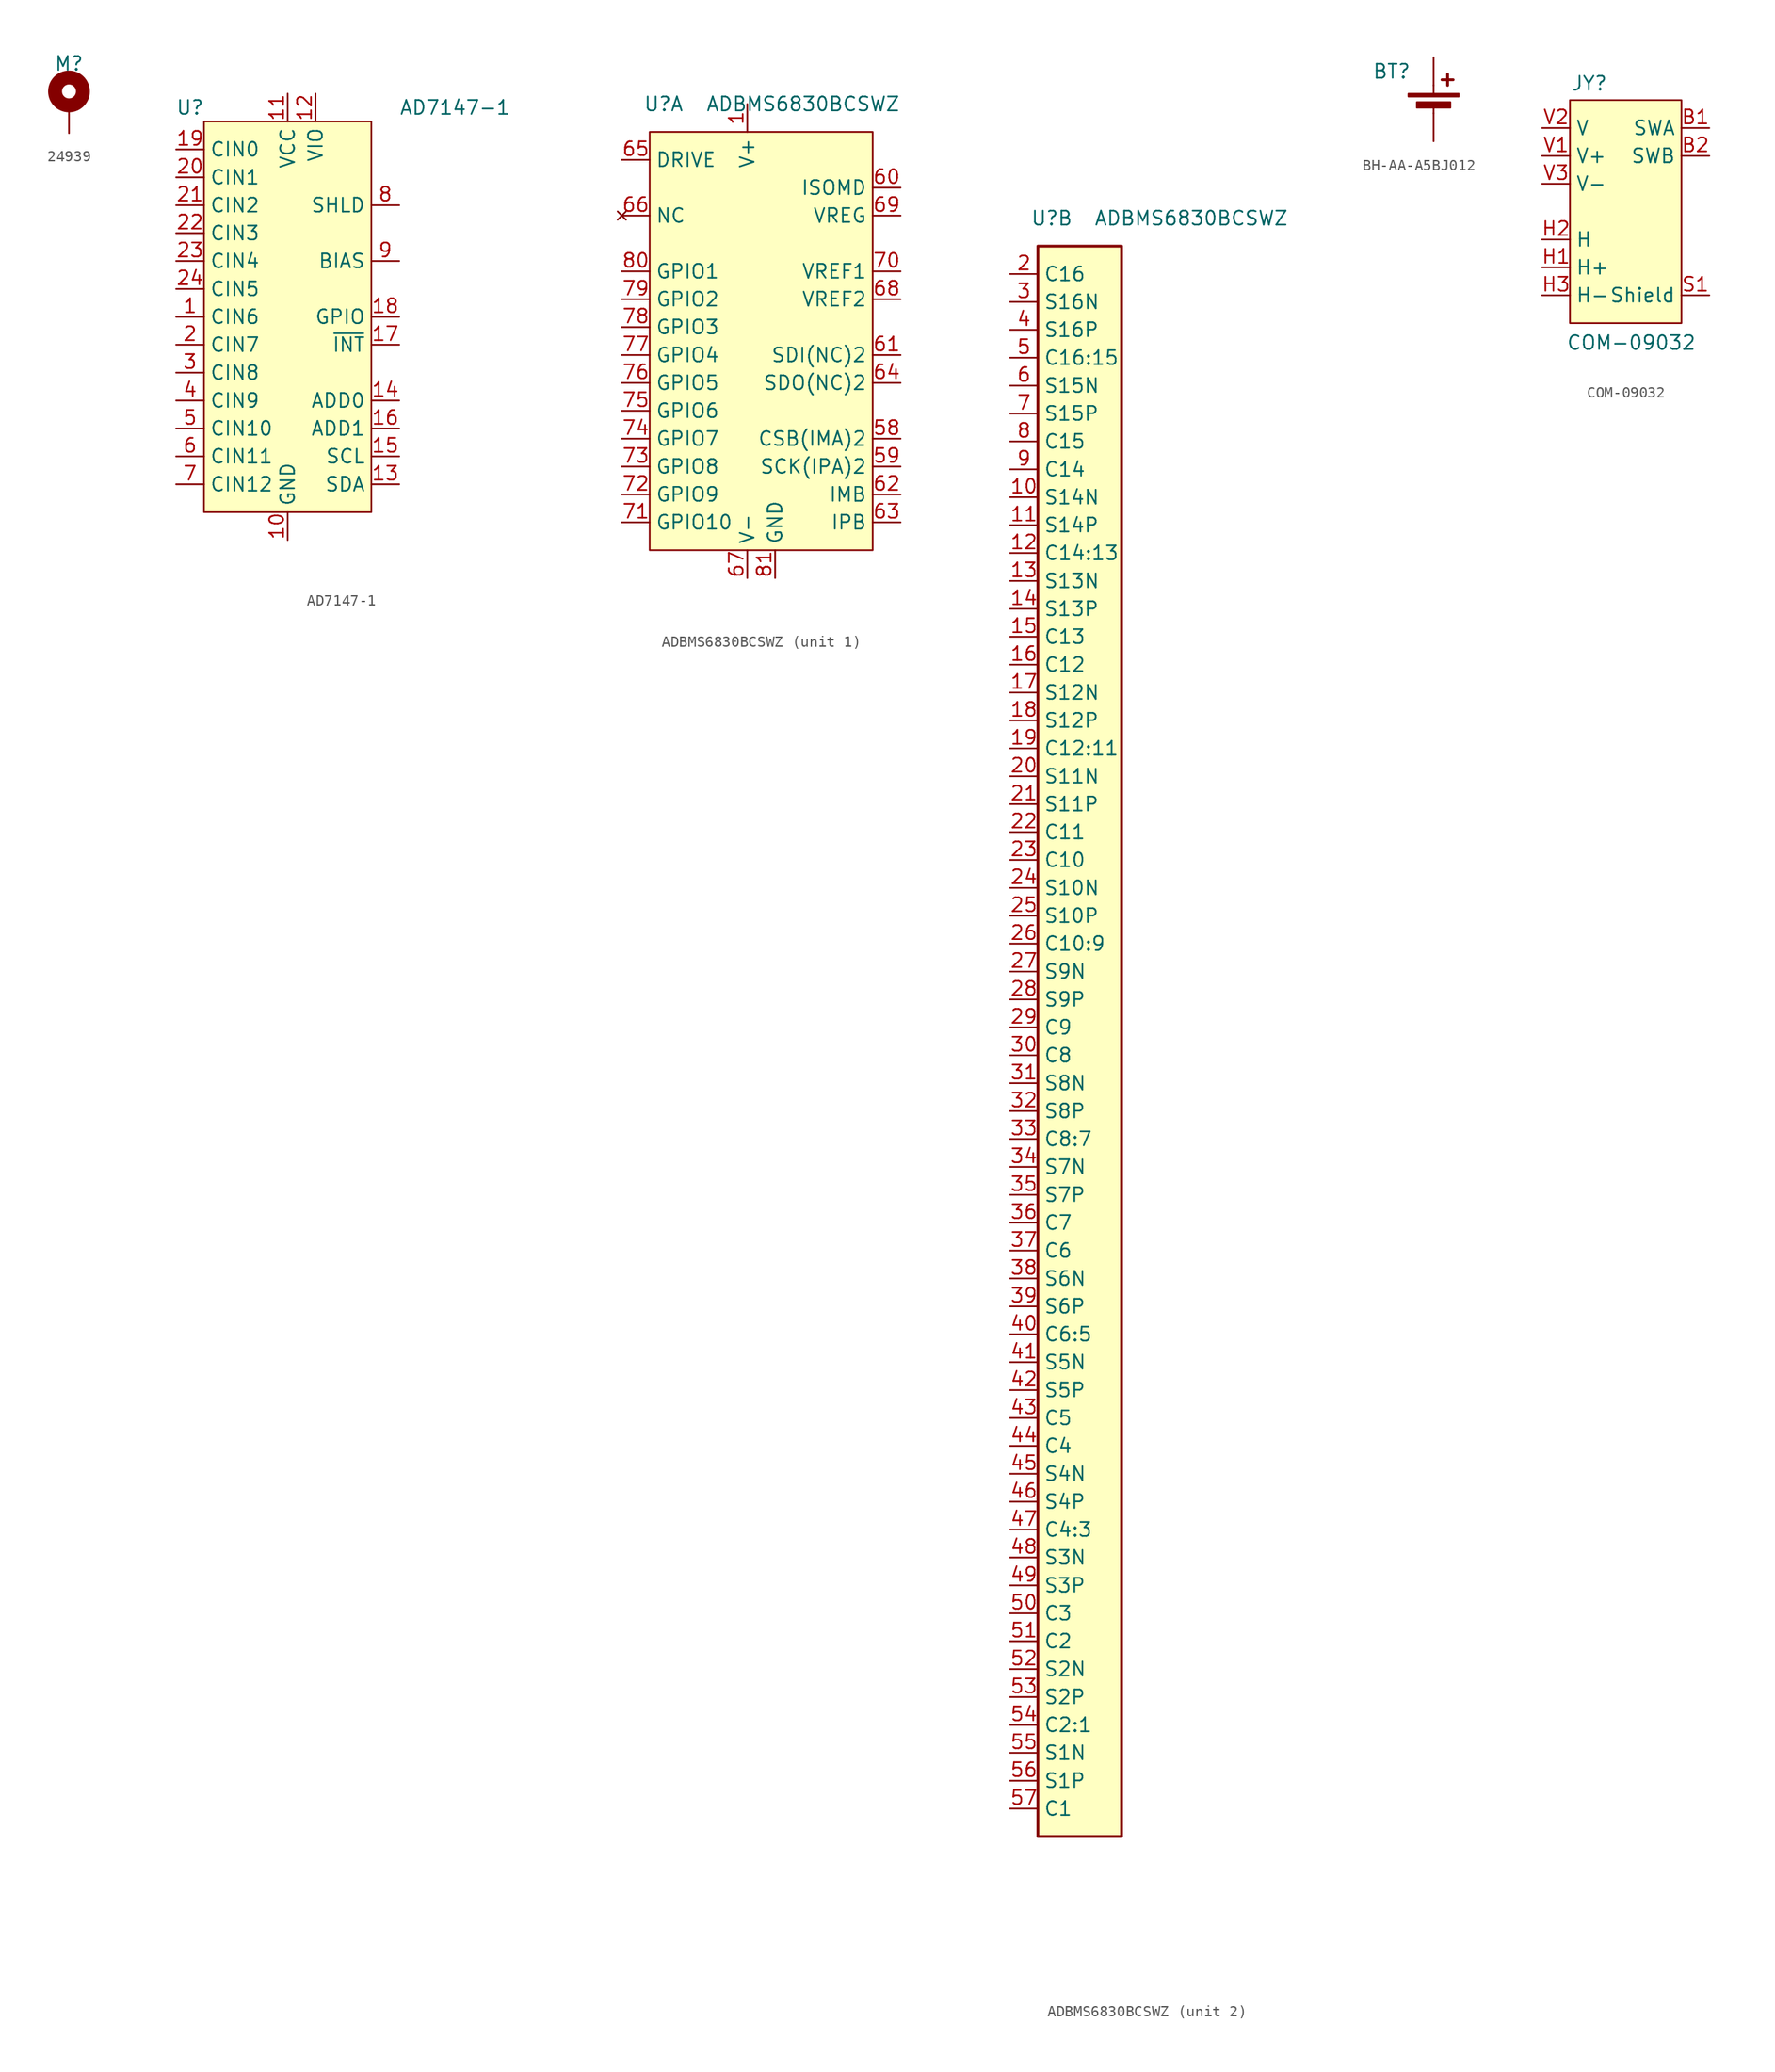
<source format=kicad_sym>
(kicad_symbol_lib
  (version 20231120)
  (generator "kicad_symbol_editor")
  (generator_version "8.0")
  (symbol "24939"
    (pin_numbers hide)
    (pin_names hide)
    (property "Reference" "M"
      (at 0 2.54 0)
      (effects (font (size 1.27 1.27))))
    (symbol "24939_0_1"
      (circle (center 0 0) (radius 1.27) (stroke (width 1.27) (type default)) (fill (type none))))
    (symbol "24939_1_1"
      (pin input line (at 0 -3.81 90) (length 2.54) (name "MP" (effects (font (size 1.27 1.27)))) (number "MP" (effects (font (size 1.27 1.27)))))))
  (symbol "AD7147-1"
    (property "Reference" "U"
      (at -1.27 1.27 0)
      (effects (font (size 1.27 1.27))))
    (property "Value" "AD7147-1"
      (at 22.86 1.27 0)
      (effects (font (size 1.27 1.27))))
    (symbol "AD7147-1_1_1"
      (rectangle (start 0 0) (end 15.24 -35.56) (stroke (width 0) (type default)) (fill (type background)))
      (pin input line (at -2.54 -17.78 0) (length 2.54) (name "CIN6" (effects (font (size 1.27 1.27)))) (number "1" (effects (font (size 1.27 1.27)))))
      (pin power_in line (at 7.62 -38.1 90) (length 2.54) (name "GND" (effects (font (size 1.27 1.27)))) (number "10" (effects (font (size 1.27 1.27)))))
      (pin power_in line (at 7.62 2.54 270) (length 2.54) (name "VCC" (effects (font (size 1.27 1.27)))) (number "11" (effects (font (size 1.27 1.27)))))
      (pin power_in line (at 10.16 2.54 270) (length 2.54) (name "VIO" (effects (font (size 1.27 1.27)))) (number "12" (effects (font (size 1.27 1.27)))))
      (pin bidirectional line (at 17.78 -33.02 180) (length 2.54) (name "SDA" (effects (font (size 1.27 1.27)))) (number "13" (effects (font (size 1.27 1.27)))))
      (pin input line (at 17.78 -25.4 180) (length 2.54) (name "ADD0" (effects (font (size 1.27 1.27)))) (number "14" (effects (font (size 1.27 1.27)))))
      (pin input line (at 17.78 -30.48 180) (length 2.54) (name "SCL" (effects (font (size 1.27 1.27)))) (number "15" (effects (font (size 1.27 1.27)))))
      (pin input line (at 17.78 -27.94 180) (length 2.54) (name "ADD1" (effects (font (size 1.27 1.27)))) (number "16" (effects (font (size 1.27 1.27)))))
      (pin output line (at 17.78 -20.32 180) (length 2.54) (name "~{INT}" (effects (font (size 1.27 1.27)))) (number "17" (effects (font (size 1.27 1.27)))))
      (pin bidirectional line (at 17.78 -17.78 180) (length 2.54) (name "GPIO" (effects (font (size 1.27 1.27)))) (number "18" (effects (font (size 1.27 1.27)))))
      (pin input line (at -2.54 -2.54 0) (length 2.54) (name "CIN0" (effects (font (size 1.27 1.27)))) (number "19" (effects (font (size 1.27 1.27)))))
      (pin input line (at -2.54 -20.32 0) (length 2.54) (name "CIN7" (effects (font (size 1.27 1.27)))) (number "2" (effects (font (size 1.27 1.27)))))
      (pin input line (at -2.54 -5.08 0) (length 2.54) (name "CIN1" (effects (font (size 1.27 1.27)))) (number "20" (effects (font (size 1.27 1.27)))))
      (pin input line (at -2.54 -7.62 0) (length 2.54) (name "CIN2" (effects (font (size 1.27 1.27)))) (number "21" (effects (font (size 1.27 1.27)))))
      (pin input line (at -2.54 -10.16 0) (length 2.54) (name "CIN3" (effects (font (size 1.27 1.27)))) (number "22" (effects (font (size 1.27 1.27)))))
      (pin input line (at -2.54 -12.7 0) (length 2.54) (name "CIN4" (effects (font (size 1.27 1.27)))) (number "23" (effects (font (size 1.27 1.27)))))
      (pin input line (at -2.54 -15.24 0) (length 2.54) (name "CIN5" (effects (font (size 1.27 1.27)))) (number "24" (effects (font (size 1.27 1.27)))))
      (pin passive line (at 7.62 -38.1 90) (length 2.54) hide (name "PAD" (effects (font (size 1.27 1.27)))) (number "25" (effects (font (size 1.27 1.27)))))
      (pin input line (at -2.54 -22.86 0) (length 2.54) (name "CIN8" (effects (font (size 1.27 1.27)))) (number "3" (effects (font (size 1.27 1.27)))))
      (pin input line (at -2.54 -25.4 0) (length 2.54) (name "CIN9" (effects (font (size 1.27 1.27)))) (number "4" (effects (font (size 1.27 1.27)))))
      (pin input line (at -2.54 -27.94 0) (length 2.54) (name "CIN10" (effects (font (size 1.27 1.27)))) (number "5" (effects (font (size 1.27 1.27)))))
      (pin input line (at -2.54 -30.48 0) (length 2.54) (name "CIN11" (effects (font (size 1.27 1.27)))) (number "6" (effects (font (size 1.27 1.27)))))
      (pin input line (at -2.54 -33.02 0) (length 2.54) (name "CIN12" (effects (font (size 1.27 1.27)))) (number "7" (effects (font (size 1.27 1.27)))))
      (pin passive line (at 17.78 -7.62 180) (length 2.54) (name "SHLD" (effects (font (size 1.27 1.27)))) (number "8" (effects (font (size 1.27 1.27)))))
      (pin input line (at 17.78 -12.7 180) (length 2.54) (name "BIAS" (effects (font (size 1.27 1.27)))) (number "9" (effects (font (size 1.27 1.27)))))))
  (symbol "ADBMS6830BCSWZ"
    (property "Reference" "U"
      (at 1.27 2.54 0)
      (effects (font (size 1.27 1.27))))
    (property "Value" "ADBMS6830BCSWZ"
      (at 13.97 2.54 0)
      (effects (font (size 1.27 1.27))))
    (property "ki_locked" ""
      (at 0 0 0)
      (effects (font (size 1.27 1.27))))
    (symbol "ADBMS6830BCSWZ_1_1"
      (rectangle (start 0 0) (end 20.32 -38.1) (stroke (width 0) (type default)) (fill (type background)))
      (pin passive line (at 8.89 2.54 270) (length 2.54) (name "V+" (effects (font (size 1.27 1.27)))) (number "1" (effects (font (size 1.27 1.27)))))
      (pin passive line (at 22.86 -27.94 180) (length 2.54) (name "CSB(IMA)2" (effects (font (size 1.27 1.27)))) (number "58" (effects (font (size 1.27 1.27)))))
      (pin passive line (at 22.86 -30.48 180) (length 2.54) (name "SCK(IPA)2" (effects (font (size 1.27 1.27)))) (number "59" (effects (font (size 1.27 1.27)))))
      (pin passive line (at 22.86 -5.08 180) (length 2.54) (name "ISOMD" (effects (font (size 1.27 1.27)))) (number "60" (effects (font (size 1.27 1.27)))))
      (pin passive line (at 22.86 -20.32 180) (length 2.54) (name "SDI(NC)2" (effects (font (size 1.27 1.27)))) (number "61" (effects (font (size 1.27 1.27)))))
      (pin passive line (at 22.86 -33.02 180) (length 2.54) (name "IMB" (effects (font (size 1.27 1.27)))) (number "62" (effects (font (size 1.27 1.27)))))
      (pin passive line (at 22.86 -35.56 180) (length 2.54) (name "IPB" (effects (font (size 1.27 1.27)))) (number "63" (effects (font (size 1.27 1.27)))))
      (pin passive line (at 22.86 -22.86 180) (length 2.54) (name "SDO(NC)2" (effects (font (size 1.27 1.27)))) (number "64" (effects (font (size 1.27 1.27)))))
      (pin passive line (at -2.54 -2.54 0) (length 2.54) (name "DRIVE" (effects (font (size 1.27 1.27)))) (number "65" (effects (font (size 1.27 1.27)))))
      (pin no_connect line (at -2.54 -7.62 0) (length 2.54) (name "NC" (effects (font (size 1.27 1.27)))) (number "66" (effects (font (size 1.27 1.27)))))
      (pin passive line (at 8.89 -40.64 90) (length 2.54) (name "V-" (effects (font (size 1.27 1.27)))) (number "67" (effects (font (size 1.27 1.27)))))
      (pin passive line (at 22.86 -15.24 180) (length 2.54) (name "VREF2" (effects (font (size 1.27 1.27)))) (number "68" (effects (font (size 1.27 1.27)))))
      (pin passive line (at 22.86 -7.62 180) (length 2.54) (name "VREG" (effects (font (size 1.27 1.27)))) (number "69" (effects (font (size 1.27 1.27)))))
      (pin passive line (at 22.86 -12.7 180) (length 2.54) (name "VREF1" (effects (font (size 1.27 1.27)))) (number "70" (effects (font (size 1.27 1.27)))))
      (pin passive line (at -2.54 -35.56 0) (length 2.54) (name "GPIO10" (effects (font (size 1.27 1.27)))) (number "71" (effects (font (size 1.27 1.27)))))
      (pin passive line (at -2.54 -33.02 0) (length 2.54) (name "GPIO9" (effects (font (size 1.27 1.27)))) (number "72" (effects (font (size 1.27 1.27)))))
      (pin passive line (at -2.54 -30.48 0) (length 2.54) (name "GPIO8" (effects (font (size 1.27 1.27)))) (number "73" (effects (font (size 1.27 1.27)))))
      (pin passive line (at -2.54 -27.94 0) (length 2.54) (name "GPIO7" (effects (font (size 1.27 1.27)))) (number "74" (effects (font (size 1.27 1.27)))))
      (pin passive line (at -2.54 -25.4 0) (length 2.54) (name "GPIO6" (effects (font (size 1.27 1.27)))) (number "75" (effects (font (size 1.27 1.27)))))
      (pin passive line (at -2.54 -22.86 0) (length 2.54) (name "GPIO5" (effects (font (size 1.27 1.27)))) (number "76" (effects (font (size 1.27 1.27)))))
      (pin passive line (at -2.54 -20.32 0) (length 2.54) (name "GPIO4" (effects (font (size 1.27 1.27)))) (number "77" (effects (font (size 1.27 1.27)))))
      (pin passive line (at -2.54 -17.78 0) (length 2.54) (name "GPIO3" (effects (font (size 1.27 1.27)))) (number "78" (effects (font (size 1.27 1.27)))))
      (pin passive line (at -2.54 -15.24 0) (length 2.54) (name "GPIO2" (effects (font (size 1.27 1.27)))) (number "79" (effects (font (size 1.27 1.27)))))
      (pin passive line (at -2.54 -12.7 0) (length 2.54) (name "GPIO1" (effects (font (size 1.27 1.27)))) (number "80" (effects (font (size 1.27 1.27)))))
      (pin passive line (at 11.43 -40.64 90) (length 2.54) (name "GND" (effects (font (size 1.27 1.27)))) (number "81" (effects (font (size 1.27 1.27))))))
    (symbol "ADBMS6830BCSWZ_2_1"
      (rectangle (start 0 0) (end 7.62 -144.78) (stroke (width 0.254) (type default)) (fill (type background)))
      (pin passive line (at -2.54 -22.86 0) (length 2.54) (name "S14N" (effects (font (size 1.27 1.27)))) (number "10" (effects (font (size 1.27 1.27)))))
      (pin passive line (at -2.54 -25.4 0) (length 2.54) (name "S14P" (effects (font (size 1.27 1.27)))) (number "11" (effects (font (size 1.27 1.27)))))
      (pin passive line (at -2.54 -27.94 0) (length 2.54) (name "C14:13" (effects (font (size 1.27 1.27)))) (number "12" (effects (font (size 1.27 1.27)))))
      (pin passive line (at -2.54 -30.48 0) (length 2.54) (name "S13N" (effects (font (size 1.27 1.27)))) (number "13" (effects (font (size 1.27 1.27)))))
      (pin passive line (at -2.54 -33.02 0) (length 2.54) (name "S13P" (effects (font (size 1.27 1.27)))) (number "14" (effects (font (size 1.27 1.27)))))
      (pin passive line (at -2.54 -35.56 0) (length 2.54) (name "C13" (effects (font (size 1.27 1.27)))) (number "15" (effects (font (size 1.27 1.27)))))
      (pin passive line (at -2.54 -38.1 0) (length 2.54) (name "C12" (effects (font (size 1.27 1.27)))) (number "16" (effects (font (size 1.27 1.27)))))
      (pin passive line (at -2.54 -40.64 0) (length 2.54) (name "S12N" (effects (font (size 1.27 1.27)))) (number "17" (effects (font (size 1.27 1.27)))))
      (pin passive line (at -2.54 -43.18 0) (length 2.54) (name "S12P" (effects (font (size 1.27 1.27)))) (number "18" (effects (font (size 1.27 1.27)))))
      (pin passive line (at -2.54 -45.72 0) (length 2.54) (name "C12:11" (effects (font (size 1.27 1.27)))) (number "19" (effects (font (size 1.27 1.27)))))
      (pin passive line (at -2.54 -2.54 0) (length 2.54) (name "C16" (effects (font (size 1.27 1.27)))) (number "2" (effects (font (size 1.27 1.27)))))
      (pin passive line (at -2.54 -48.26 0) (length 2.54) (name "S11N" (effects (font (size 1.27 1.27)))) (number "20" (effects (font (size 1.27 1.27)))))
      (pin passive line (at -2.54 -50.8 0) (length 2.54) (name "S11P" (effects (font (size 1.27 1.27)))) (number "21" (effects (font (size 1.27 1.27)))))
      (pin passive line (at -2.54 -53.34 0) (length 2.54) (name "C11" (effects (font (size 1.27 1.27)))) (number "22" (effects (font (size 1.27 1.27)))))
      (pin passive line (at -2.54 -55.88 0) (length 2.54) (name "C10" (effects (font (size 1.27 1.27)))) (number "23" (effects (font (size 1.27 1.27)))))
      (pin passive line (at -2.54 -58.42 0) (length 2.54) (name "S10N" (effects (font (size 1.27 1.27)))) (number "24" (effects (font (size 1.27 1.27)))))
      (pin passive line (at -2.54 -60.96 0) (length 2.54) (name "S10P" (effects (font (size 1.27 1.27)))) (number "25" (effects (font (size 1.27 1.27)))))
      (pin passive line (at -2.54 -63.5 0) (length 2.54) (name "C10:9" (effects (font (size 1.27 1.27)))) (number "26" (effects (font (size 1.27 1.27)))))
      (pin passive line (at -2.54 -66.04 0) (length 2.54) (name "S9N" (effects (font (size 1.27 1.27)))) (number "27" (effects (font (size 1.27 1.27)))))
      (pin passive line (at -2.54 -68.58 0) (length 2.54) (name "S9P" (effects (font (size 1.27 1.27)))) (number "28" (effects (font (size 1.27 1.27)))))
      (pin passive line (at -2.54 -71.12 0) (length 2.54) (name "C9" (effects (font (size 1.27 1.27)))) (number "29" (effects (font (size 1.27 1.27)))))
      (pin passive line (at -2.54 -5.08 0) (length 2.54) (name "S16N" (effects (font (size 1.27 1.27)))) (number "3" (effects (font (size 1.27 1.27)))))
      (pin passive line (at -2.54 -73.66 0) (length 2.54) (name "C8" (effects (font (size 1.27 1.27)))) (number "30" (effects (font (size 1.27 1.27)))))
      (pin passive line (at -2.54 -76.2 0) (length 2.54) (name "S8N" (effects (font (size 1.27 1.27)))) (number "31" (effects (font (size 1.27 1.27)))))
      (pin passive line (at -2.54 -78.74 0) (length 2.54) (name "S8P" (effects (font (size 1.27 1.27)))) (number "32" (effects (font (size 1.27 1.27)))))
      (pin passive line (at -2.54 -81.28 0) (length 2.54) (name "C8:7" (effects (font (size 1.27 1.27)))) (number "33" (effects (font (size 1.27 1.27)))))
      (pin passive line (at -2.54 -83.82 0) (length 2.54) (name "S7N" (effects (font (size 1.27 1.27)))) (number "34" (effects (font (size 1.27 1.27)))))
      (pin passive line (at -2.54 -86.36 0) (length 2.54) (name "S7P" (effects (font (size 1.27 1.27)))) (number "35" (effects (font (size 1.27 1.27)))))
      (pin passive line (at -2.54 -88.9 0) (length 2.54) (name "C7" (effects (font (size 1.27 1.27)))) (number "36" (effects (font (size 1.27 1.27)))))
      (pin passive line (at -2.54 -91.44 0) (length 2.54) (name "C6" (effects (font (size 1.27 1.27)))) (number "37" (effects (font (size 1.27 1.27)))))
      (pin passive line (at -2.54 -93.98 0) (length 2.54) (name "S6N" (effects (font (size 1.27 1.27)))) (number "38" (effects (font (size 1.27 1.27)))))
      (pin passive line (at -2.54 -96.52 0) (length 2.54) (name "S6P" (effects (font (size 1.27 1.27)))) (number "39" (effects (font (size 1.27 1.27)))))
      (pin passive line (at -2.54 -7.62 0) (length 2.54) (name "S16P" (effects (font (size 1.27 1.27)))) (number "4" (effects (font (size 1.27 1.27)))))
      (pin passive line (at -2.54 -99.06 0) (length 2.54) (name "C6:5" (effects (font (size 1.27 1.27)))) (number "40" (effects (font (size 1.27 1.27)))))
      (pin passive line (at -2.54 -101.6 0) (length 2.54) (name "S5N" (effects (font (size 1.27 1.27)))) (number "41" (effects (font (size 1.27 1.27)))))
      (pin passive line (at -2.54 -104.14 0) (length 2.54) (name "S5P" (effects (font (size 1.27 1.27)))) (number "42" (effects (font (size 1.27 1.27)))))
      (pin passive line (at -2.54 -106.68 0) (length 2.54) (name "C5" (effects (font (size 1.27 1.27)))) (number "43" (effects (font (size 1.27 1.27)))))
      (pin passive line (at -2.54 -109.22 0) (length 2.54) (name "C4" (effects (font (size 1.27 1.27)))) (number "44" (effects (font (size 1.27 1.27)))))
      (pin passive line (at -2.54 -111.76 0) (length 2.54) (name "S4N" (effects (font (size 1.27 1.27)))) (number "45" (effects (font (size 1.27 1.27)))))
      (pin passive line (at -2.54 -114.3 0) (length 2.54) (name "S4P" (effects (font (size 1.27 1.27)))) (number "46" (effects (font (size 1.27 1.27)))))
      (pin passive line (at -2.54 -116.84 0) (length 2.54) (name "C4:3" (effects (font (size 1.27 1.27)))) (number "47" (effects (font (size 1.27 1.27)))))
      (pin passive line (at -2.54 -119.38 0) (length 2.54) (name "S3N" (effects (font (size 1.27 1.27)))) (number "48" (effects (font (size 1.27 1.27)))))
      (pin passive line (at -2.54 -121.92 0) (length 2.54) (name "S3P" (effects (font (size 1.27 1.27)))) (number "49" (effects (font (size 1.27 1.27)))))
      (pin passive line (at -2.54 -10.16 0) (length 2.54) (name "C16:15" (effects (font (size 1.27 1.27)))) (number "5" (effects (font (size 1.27 1.27)))))
      (pin passive line (at -2.54 -124.46 0) (length 2.54) (name "C3" (effects (font (size 1.27 1.27)))) (number "50" (effects (font (size 1.27 1.27)))))
      (pin passive line (at -2.54 -127 0) (length 2.54) (name "C2" (effects (font (size 1.27 1.27)))) (number "51" (effects (font (size 1.27 1.27)))))
      (pin passive line (at -2.54 -129.54 0) (length 2.54) (name "S2N" (effects (font (size 1.27 1.27)))) (number "52" (effects (font (size 1.27 1.27)))))
      (pin passive line (at -2.54 -132.08 0) (length 2.54) (name "S2P" (effects (font (size 1.27 1.27)))) (number "53" (effects (font (size 1.27 1.27)))))
      (pin passive line (at -2.54 -134.62 0) (length 2.54) (name "C2:1" (effects (font (size 1.27 1.27)))) (number "54" (effects (font (size 1.27 1.27)))))
      (pin passive line (at -2.54 -137.16 0) (length 2.54) (name "S1N" (effects (font (size 1.27 1.27)))) (number "55" (effects (font (size 1.27 1.27)))))
      (pin passive line (at -2.54 -139.7 0) (length 2.54) (name "S1P" (effects (font (size 1.27 1.27)))) (number "56" (effects (font (size 1.27 1.27)))))
      (pin passive line (at -2.54 -142.24 0) (length 2.54) (name "C1" (effects (font (size 1.27 1.27)))) (number "57" (effects (font (size 1.27 1.27)))))
      (pin passive line (at -2.54 -12.7 0) (length 2.54) (name "S15N" (effects (font (size 1.27 1.27)))) (number "6" (effects (font (size 1.27 1.27)))))
      (pin passive line (at -2.54 -15.24 0) (length 2.54) (name "S15P" (effects (font (size 1.27 1.27)))) (number "7" (effects (font (size 1.27 1.27)))))
      (pin passive line (at -2.54 -17.78 0) (length 2.54) (name "C15" (effects (font (size 1.27 1.27)))) (number "8" (effects (font (size 1.27 1.27)))))
      (pin passive line (at -2.54 -20.32 0) (length 2.54) (name "C14" (effects (font (size 1.27 1.27)))) (number "9" (effects (font (size 1.27 1.27)))))))
  (symbol "BH-AA-A5BJ012"
    (pin_numbers hide)
    (pin_names hide)
    (property "Reference" "BT"
      (at -3.81 3.81 0)
      (effects (font (size 1.27 1.27))))
    (symbol "BH-AA-A5BJ012_0_1"
      (rectangle (start -2.286 1.778) (end 2.286 1.524) (stroke (width 0) (type default)) (fill (type outline)))
      (rectangle (start -1.524 1.016) (end 1.524 0.508) (stroke (width 0) (type default)) (fill (type outline)))
      (polyline (pts (xy 0 0.762) (xy 0 0)) (stroke (width 0) (type default)) (fill (type none)))
      (polyline (pts (xy 0 1.778) (xy 0 2.54)) (stroke (width 0) (type default)) (fill (type none)))
      (polyline (pts (xy 0.762 3.048) (xy 1.778 3.048)) (stroke (width 0.254) (type default)) (fill (type none)))
      (polyline (pts (xy 1.27 3.556) (xy 1.27 2.54)) (stroke (width 0.254) (type default)) (fill (type none))))
    (symbol "BH-AA-A5BJ012_1_1"
      (pin passive line (at 0 5.08 270) (length 2.54) (name "+" (effects (font (size 1.27 1.27)))) (number "1" (effects (font (size 1.27 1.27)))))
      (pin passive line (at 0 -2.54 90) (length 2.54) (name "-" (effects (font (size 1.27 1.27)))) (number "2" (effects (font (size 1.27 1.27)))))))
  (symbol "COM-09032"
    (property "Reference" "JY"
      (at 1.778 1.524 0)
      (effects (font (size 1.27 1.27))))
    (property "Value" "COM-09032"
      (at 5.588 -22.098 0)
      (effects (font (size 1.27 1.27))))
    (symbol "COM-09032_1_1"
      (rectangle (start 0 0) (end 10.16 -20.32) (stroke (width 0) (type default)) (fill (type background)))
      (pin passive line (at 12.7 -2.54 180) (length 2.54) (name "SWA" (effects (font (size 1.27 1.27)))) (number "B1" (effects (font (size 1.27 1.27)))))
      (pin passive line (at 12.7 -5.08 180) (length 2.54) (name "SWB" (effects (font (size 1.27 1.27)))) (number "B2" (effects (font (size 1.27 1.27)))))
      (pin input line (at -2.54 -15.24 0) (length 2.54) (name "H+" (effects (font (size 1.27 1.27)))) (number "H1" (effects (font (size 1.27 1.27)))))
      (pin output line (at -2.54 -12.7 0) (length 2.54) (name "H" (effects (font (size 1.27 1.27)))) (number "H2" (effects (font (size 1.27 1.27)))))
      (pin input line (at -2.54 -17.78 0) (length 2.54) (name "H-" (effects (font (size 1.27 1.27)))) (number "H3" (effects (font (size 1.27 1.27)))))
      (pin passive line (at 12.7 -17.78 180) (length 2.54) (name "Shield" (effects (font (size 1.27 1.27)))) (number "S1" (effects (font (size 1.27 1.27)))))
      (pin input line (at -2.54 -5.08 0) (length 2.54) (name "V+" (effects (font (size 1.27 1.27)))) (number "V1" (effects (font (size 1.27 1.27)))))
      (pin output line (at -2.54 -2.54 0) (length 2.54) (name "V" (effects (font (size 1.27 1.27)))) (number "V2" (effects (font (size 1.27 1.27)))))
      (pin input line (at -2.54 -7.62 0) (length 2.54) (name "V-" (effects (font (size 1.27 1.27)))) (number "V3" (effects (font (size 1.27 1.27))))))))
</source>
